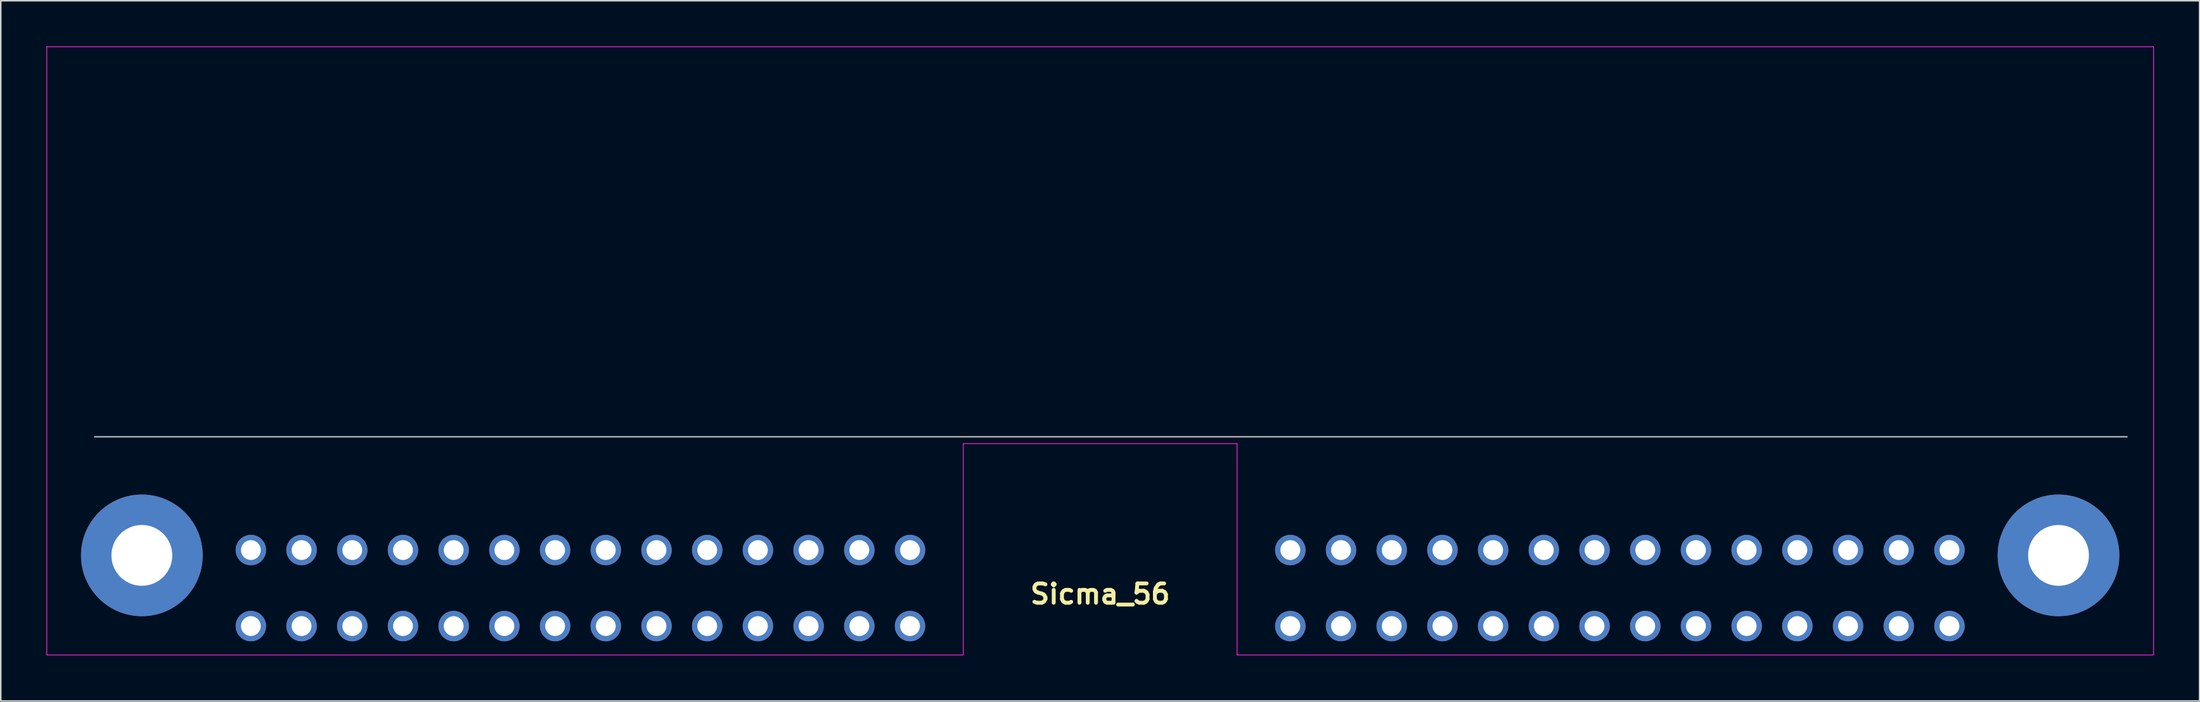
<source format=kicad_pcb>
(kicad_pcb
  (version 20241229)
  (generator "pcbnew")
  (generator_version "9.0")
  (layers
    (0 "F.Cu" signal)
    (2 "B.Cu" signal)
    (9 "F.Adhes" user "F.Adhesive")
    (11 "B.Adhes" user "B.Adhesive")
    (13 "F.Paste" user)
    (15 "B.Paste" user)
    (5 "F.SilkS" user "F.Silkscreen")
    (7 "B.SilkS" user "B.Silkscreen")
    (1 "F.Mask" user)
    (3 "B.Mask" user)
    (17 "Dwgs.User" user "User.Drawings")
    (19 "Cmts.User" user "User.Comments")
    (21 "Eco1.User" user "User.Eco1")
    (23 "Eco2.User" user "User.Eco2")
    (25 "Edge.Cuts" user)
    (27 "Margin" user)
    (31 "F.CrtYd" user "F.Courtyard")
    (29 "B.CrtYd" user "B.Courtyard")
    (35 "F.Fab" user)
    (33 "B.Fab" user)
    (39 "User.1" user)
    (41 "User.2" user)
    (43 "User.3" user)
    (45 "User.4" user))
  (footprint "Sicma_56"
    (layer "F.Cu")
    (at 69.275 33.475)
    (property "Reference" "Sicma_56" (at 0 2.54 180) (layer "F.SilkS") (effects (font (size 1.27 1.27) (thickness 0.254))))
    (attr through_hole)
    (fp_line (start -63 0) (end -63 1) (stroke (width 0.12) (type solid)) (layer "Dwgs.User"))
    (fp_line (start -32.5 -0.35) (end -32.5 -0.05) (stroke (width 0.12) (type solid)) (layer "Dwgs.User"))
    (fp_line (start -32.5 4.65) (end -32.5 4.95) (stroke (width 0.12) (type solid)) (layer "Dwgs.User"))
    (fp_line (start 32.5 -0.35) (end 32.5 -0.65) (stroke (width 0.12) (type solid)) (layer "Dwgs.User"))
    (fp_line (start 32.5 4.65) (end 32.5 4.35) (stroke (width 0.12) (type solid)) (layer "Dwgs.User"))
    (fp_line (start 63 0) (end 63 1) (stroke (width 0.12) (type solid)) (layer "Dwgs.User"))
    (fp_line (start -69.25 -33.45) (end -69.25 6.55) (stroke (width 0.05) (type solid)) (layer "F.CrtYd"))
    (fp_line (start -9 -7.35) (end 9 -7.35) (stroke (width 0.05) (type default)) (layer "F.CrtYd"))
    (fp_line (start -9 6.55) (end -69.25 6.55) (stroke (width 0.05) (type default)) (layer "F.CrtYd"))
    (fp_line (start -9 6.55) (end -9 -7.35) (stroke (width 0.05) (type default)) (layer "F.CrtYd"))
    (fp_line (start 9 -7.35) (end 9 6.55) (stroke (width 0.05) (type default)) (layer "F.CrtYd"))
    (fp_line (start 9 6.55) (end 69.25 6.55) (stroke (width 0.05) (type default)) (layer "F.CrtYd"))
    (fp_line (start 69.25 -33.45) (end -69.25 -33.45) (stroke (width 0.05) (type solid)) (layer "F.CrtYd"))
    (fp_line (start 69.25 6.55) (end 69.25 -33.45) (stroke (width 0.05) (type solid)) (layer "F.CrtYd"))
    (fp_line (start 67.5 -7.8) (end -66.1 -7.8) (stroke (width 0.1) (type solid)) (layer "F.Fab"))
    (pad "1" thru_hole circle (at -55.833 -0.35) (size 2 2) (drill 1.3) (layers "*.Cu" "*.Mask"))
    (pad "2" thru_hole circle (at -52.5 -0.35) (size 2 2) (drill 1.3) (layers "*.Cu" "*.Mask"))
    (pad "3" thru_hole circle (at -49.167 -0.35 180) (size 2 2) (drill 1.3) (layers "*.Cu" "*.Mask"))
    (pad "4" thru_hole circle (at -45.833 -0.35 180) (size 2 2) (drill 1.3) (layers "*.Cu" "*.Mask"))
    (pad "5" thru_hole circle (at -42.5 -0.35 180) (size 2 2) (drill 1.3) (layers "*.Cu" "*.Mask"))
    (pad "6" thru_hole circle (at -39.167 -0.35 180) (size 2 2) (drill 1.3) (layers "*.Cu" "*.Mask"))
    (pad "7" thru_hole circle (at -35.833 -0.35 180) (size 2 2) (drill 1.3) (layers "*.Cu" "*.Mask"))
    (pad "8" thru_hole circle (at -32.5 -0.35 180) (size 2 2) (drill 1.3) (layers "*.Cu" "*.Mask"))
    (pad "9" thru_hole circle (at -29.167 -0.35 180) (size 2 2) (drill 1.3) (layers "*.Cu" "*.Mask"))
    (pad "10" thru_hole circle (at -25.833 -0.35 180) (size 2 2) (drill 1.3) (layers "*.Cu" "*.Mask"))
    (pad "11" thru_hole circle (at -22.5 -0.35 180) (size 2 2) (drill 1.3) (layers "*.Cu" "*.Mask"))
    (pad "12" thru_hole circle (at -19.167 -0.35 180) (size 2 2) (drill 1.3) (layers "*.Cu" "*.Mask"))
    (pad "13" thru_hole circle (at -15.833 -0.35 180) (size 2 2) (drill 1.3) (layers "*.Cu" "*.Mask"))
    (pad "14" thru_hole circle (at -12.5 -0.35 180) (size 2 2) (drill 1.3) (layers "*.Cu" "*.Mask"))
    (pad "15" thru_hole circle (at -55.833 4.65) (size 2 2) (drill 1.3) (layers "*.Cu" "*.Mask"))
    (pad "16" thru_hole circle (at -52.5 4.65) (size 2 2) (drill 1.3) (layers "*.Cu" "*.Mask"))
    (pad "17" thru_hole circle (at -49.167 4.65 180) (size 2 2) (drill 1.3) (layers "*.Cu" "*.Mask"))
    (pad "18" thru_hole circle (at -45.833 4.65 180) (size 2 2) (drill 1.3) (layers "*.Cu" "*.Mask"))
    (pad "19" thru_hole circle (at -42.5 4.65 180) (size 2 2) (drill 1.3) (layers "*.Cu" "*.Mask"))
    (pad "20" thru_hole circle (at -39.167 4.65 180) (size 2 2) (drill 1.3) (layers "*.Cu" "*.Mask"))
    (pad "21" thru_hole circle (at -35.833 4.65 180) (size 2 2) (drill 1.3) (layers "*.Cu" "*.Mask"))
    (pad "22" thru_hole circle (at -32.5 4.65 180) (size 2 2) (drill 1.3) (layers "*.Cu" "*.Mask"))
    (pad "23" thru_hole circle (at -29.167 4.65 180) (size 2 2) (drill 1.3) (layers "*.Cu" "*.Mask"))
    (pad "24" thru_hole circle (at -25.833 4.65 180) (size 2 2) (drill 1.3) (layers "*.Cu" "*.Mask"))
    (pad "25" thru_hole circle (at -22.5 4.65 180) (size 2 2) (drill 1.3) (layers "*.Cu" "*.Mask"))
    (pad "26" thru_hole circle (at -19.167 4.65 180) (size 2 2) (drill 1.3) (layers "*.Cu" "*.Mask"))
    (pad "27" thru_hole circle (at -15.833 4.65 180) (size 2 2) (drill 1.3) (layers "*.Cu" "*.Mask"))
    (pad "28" thru_hole circle (at -12.5 4.65 180) (size 2 2) (drill 1.3) (layers "*.Cu" "*.Mask"))
    (pad "29" thru_hole circle (at 12.5 -0.35) (size 2 2) (drill 1.3) (layers "*.Cu" "*.Mask"))
    (pad "30" thru_hole circle (at 15.833 -0.35) (size 2 2) (drill 1.3) (layers "*.Cu" "*.Mask"))
    (pad "31" thru_hole circle (at 19.167 -0.35) (size 2 2) (drill 1.3) (layers "*.Cu" "*.Mask"))
    (pad "32" thru_hole circle (at 22.5 -0.35) (size 2 2) (drill 1.3) (layers "*.Cu" "*.Mask"))
    (pad "33" thru_hole circle (at 25.833 -0.35) (size 2 2) (drill 1.3) (layers "*.Cu" "*.Mask"))
    (pad "34" thru_hole circle (at 29.167 -0.35) (size 2 2) (drill 1.3) (layers "*.Cu" "*.Mask"))
    (pad "35" thru_hole circle (at 32.5 -0.35) (size 2 2) (drill 1.3) (layers "*.Cu" "*.Mask"))
    (pad "36" thru_hole circle (at 35.833 -0.35) (size 2 2) (drill 1.3) (layers "*.Cu" "*.Mask"))
    (pad "37" thru_hole circle (at 39.167 -0.35) (size 2 2) (drill 1.3) (layers "*.Cu" "*.Mask"))
    (pad "38" thru_hole circle (at 42.5 -0.35) (size 2 2) (drill 1.3) (layers "*.Cu" "*.Mask"))
    (pad "39" thru_hole circle (at 45.833 -0.35) (size 2 2) (drill 1.3) (layers "*.Cu" "*.Mask"))
    (pad "40" thru_hole circle (at 49.167 -0.35) (size 2 2) (drill 1.3) (layers "*.Cu" "*.Mask"))
    (pad "41" thru_hole circle (at 52.5 -0.35 180) (size 2 2) (drill 1.3) (layers "*.Cu" "*.Mask"))
    (pad "42" thru_hole circle (at 55.833 -0.35 180) (size 2 2) (drill 1.3) (layers "*.Cu" "*.Mask"))
    (pad "43" thru_hole circle (at 12.5 4.65) (size 2 2) (drill 1.3) (layers "*.Cu" "*.Mask"))
    (pad "44" thru_hole circle (at 15.833 4.65) (size 2 2) (drill 1.3) (layers "*.Cu" "*.Mask"))
    (pad "45" thru_hole circle (at 19.167 4.65) (size 2 2) (drill 1.3) (layers "*.Cu" "*.Mask"))
    (pad "46" thru_hole circle (at 22.5 4.65) (size 2 2) (drill 1.3) (layers "*.Cu" "*.Mask"))
    (pad "47" thru_hole circle (at 25.833 4.65) (size 2 2) (drill 1.3) (layers "*.Cu" "*.Mask"))
    (pad "48" thru_hole circle (at 29.167 4.65) (size 2 2) (drill 1.3) (layers "*.Cu" "*.Mask"))
    (pad "49" thru_hole circle (at 32.5 4.65) (size 2 2) (drill 1.3) (layers "*.Cu" "*.Mask"))
    (pad "50" thru_hole circle (at 35.833 4.65) (size 2 2) (drill 1.3) (layers "*.Cu" "*.Mask"))
    (pad "51" thru_hole circle (at 39.167 4.65) (size 2 2) (drill 1.3) (layers "*.Cu" "*.Mask"))
    (pad "52" thru_hole circle (at 42.5 4.65) (size 2 2) (drill 1.3) (layers "*.Cu" "*.Mask"))
    (pad "53" thru_hole circle (at 45.833 4.65) (size 2 2) (drill 1.3) (layers "*.Cu" "*.Mask"))
    (pad "54" thru_hole circle (at 49.167 4.65) (size 2 2) (drill 1.3) (layers "*.Cu" "*.Mask"))
    (pad "55" thru_hole circle (at 52.5 4.65 180) (size 2 2) (drill 1.3) (layers "*.Cu" "*.Mask"))
    (pad "56" thru_hole circle (at 55.833 4.65 180) (size 2 2) (drill 1.3) (layers "*.Cu" "*.Mask"))
    (pad "57" thru_hole circle (at -63 0) (size 8 8) (drill 4) (layers "*.Cu" "*.Mask"))
    (pad "58" thru_hole circle (at 63 0) (size 8 8) (drill 4) (layers "*.Cu" "*.Mask")))
  (gr_rect
    (start -3 -3)
    (end 141.55 43.05)
    (stroke (width 0.1) (type default))
    (fill no)
    (layer "Edge.Cuts")))
</source>
